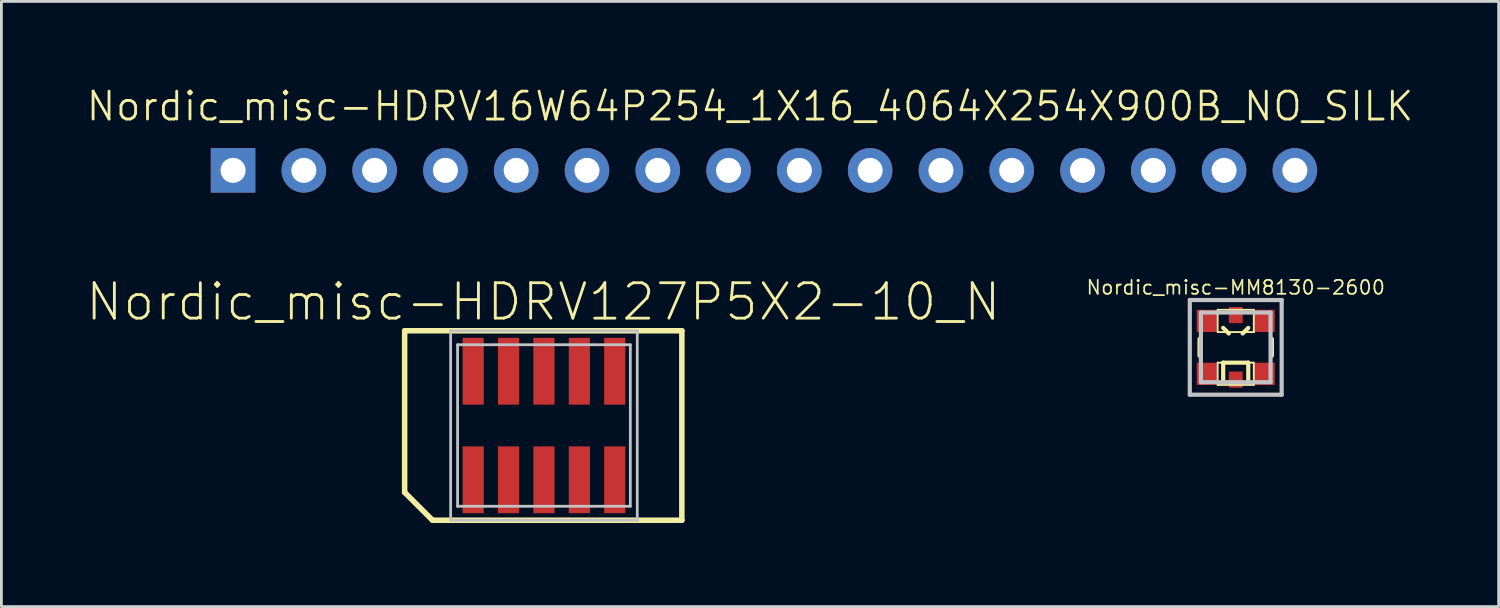
<source format=kicad_pcb>
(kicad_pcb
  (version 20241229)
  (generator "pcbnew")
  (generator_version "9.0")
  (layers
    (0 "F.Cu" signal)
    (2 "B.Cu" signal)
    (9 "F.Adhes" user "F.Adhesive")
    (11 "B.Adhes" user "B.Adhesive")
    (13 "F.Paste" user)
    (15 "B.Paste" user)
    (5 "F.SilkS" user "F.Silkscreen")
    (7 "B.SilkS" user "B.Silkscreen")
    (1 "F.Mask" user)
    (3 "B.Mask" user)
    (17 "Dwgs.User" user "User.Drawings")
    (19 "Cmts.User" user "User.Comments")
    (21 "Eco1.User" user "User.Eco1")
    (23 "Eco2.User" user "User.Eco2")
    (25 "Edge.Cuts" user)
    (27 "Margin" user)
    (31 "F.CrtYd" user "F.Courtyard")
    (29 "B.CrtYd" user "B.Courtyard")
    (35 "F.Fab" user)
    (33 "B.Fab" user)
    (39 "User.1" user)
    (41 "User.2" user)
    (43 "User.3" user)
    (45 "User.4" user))
  (footprint "Nordic_misc-HDRV127P5X2-10_N"
    (layer "F.Cu")
    (at 16.468 12.218)
    (property "Reference" "Nordic_misc-HDRV127P5X2-10_N" (at -0.023 -4.435 0) (layer "F.SilkS") (effects (font (size 1.27 1.27) (thickness 0.102))))
    (attr smd)
    (fp_line (start -4.999 -3.399) (end -4.999 2.398) (stroke (width 0.198) (type solid)) (layer "F.SilkS"))
    (fp_line (start -4.999 -3.399) (end 4.948 -3.399) (stroke (width 0.198) (type solid)) (layer "F.SilkS"))
    (fp_line (start -4.999 2.398) (end -3.998 3.399) (stroke (width 0.198) (type solid)) (layer "F.SilkS"))
    (fp_line (start 4.948 -3.399) (end 4.948 3.399) (stroke (width 0.198) (type solid)) (layer "F.SilkS"))
    (fp_line (start 4.948 3.399) (end -3.998 3.399) (stroke (width 0.198) (type solid)) (layer "F.SilkS"))
    (fp_line (start -3.348 -3.399) (end 3.348 -3.399) (stroke (width 0.099) (type solid)) (layer "Dwgs.User"))
    (fp_line (start -3.348 3.399) (end -3.348 -3.399) (stroke (width 0.099) (type solid)) (layer "Dwgs.User"))
    (fp_line (start -3.099 -2.898) (end 3.099 -2.898) (stroke (width 0.099) (type solid)) (layer "Dwgs.User"))
    (fp_line (start -3.099 2.898) (end -3.099 -2.898) (stroke (width 0.099) (type solid)) (layer "Dwgs.User"))
    (fp_line (start 3.099 -2.898) (end 3.099 2.898) (stroke (width 0.099) (type solid)) (layer "Dwgs.User"))
    (fp_line (start 3.099 2.898) (end -3.099 2.898) (stroke (width 0.099) (type solid)) (layer "Dwgs.User"))
    (fp_line (start 3.348 -3.399) (end 3.348 3.399) (stroke (width 0.099) (type solid)) (layer "Dwgs.User"))
    (fp_line (start 3.348 3.399) (end -3.348 3.399) (stroke (width 0.099) (type solid)) (layer "Dwgs.User"))
    (pad "1" smd rect (at -2.54 1.948) (size 0.759 2.398) (layers "F.Cu" "F.Mask" "F.Paste"))
    (pad "2" smd rect (at -2.54 -1.948) (size 0.759 2.398) (layers "F.Cu" "F.Mask" "F.Paste"))
    (pad "3" smd rect (at -1.27 1.948) (size 0.759 2.398) (layers "F.Cu" "F.Mask" "F.Paste"))
    (pad "4" smd rect (at -1.27 -1.948) (size 0.759 2.398) (layers "F.Cu" "F.Mask" "F.Paste"))
    (pad "5" smd rect (at 0 1.948) (size 0.759 2.398) (layers "F.Cu" "F.Mask" "F.Paste"))
    (pad "6" smd rect (at 0 -1.948) (size 0.759 2.398) (layers "F.Cu" "F.Mask" "F.Paste"))
    (pad "7" smd rect (at 1.27 1.948) (size 0.759 2.398) (layers "F.Cu" "F.Mask" "F.Paste"))
    (pad "8" smd rect (at 1.27 -1.948) (size 0.759 2.398) (layers "F.Cu" "F.Mask" "F.Paste"))
    (pad "9" smd rect (at 2.54 1.948) (size 0.759 2.398) (layers "F.Cu" "F.Mask" "F.Paste"))
    (pad "10" smd rect (at 2.54 -1.948) (size 0.759 2.398) (layers "F.Cu" "F.Mask" "F.Paste")))
  (footprint "Nordic_misc-MM8130-2600"
    (layer "F.Cu")
    (at 41.29 9.414)
    (property "Reference" "Nordic_misc-MM8130-2600" (at 0 -2.15 0) (layer "F.SilkS") (effects (font (size 0.5 0.5) (thickness 0.062))))
    (attr smd)
    (fp_line (start -1.298 0.3) (end -1.298 -0.3) (stroke (width 0.15) (type solid)) (layer "F.SilkS"))
    (fp_line (start -0.648 -1.349) (end 0.648 -1.349) (stroke (width 0.066) (type solid)) (layer "F.SilkS"))
    (fp_line (start -0.648 -0.549) (end -0.648 -1.349) (stroke (width 0.066) (type solid)) (layer "F.SilkS"))
    (fp_line (start -0.648 -0.549) (end 0.648 -0.549) (stroke (width 0.066) (type solid)) (layer "F.SilkS"))
    (fp_line (start -0.648 0.549) (end 0.648 0.549) (stroke (width 0.066) (type solid)) (layer "F.SilkS"))
    (fp_line (start -0.648 1.349) (end -0.648 0.549) (stroke (width 0.066) (type solid)) (layer "F.SilkS"))
    (fp_line (start -0.648 1.349) (end 0.648 1.349) (stroke (width 0.066) (type solid)) (layer "F.SilkS"))
    (fp_line (start -0.45 -0.699) (end -0.249 -0.498) (stroke (width 0.15) (type solid)) (layer "F.SilkS"))
    (fp_line (start -0.45 0.549) (end 0.45 0.549) (stroke (width 0.15) (type solid)) (layer "F.SilkS"))
    (fp_line (start -0.45 1.199) (end -0.45 0.549) (stroke (width 0.15) (type solid)) (layer "F.SilkS"))
    (fp_line (start 0.45 -0.699) (end 0.249 -0.498) (stroke (width 0.15) (type solid)) (layer "F.SilkS"))
    (fp_line (start 0.45 0.549) (end 0.45 1.199) (stroke (width 0.15) (type solid)) (layer "F.SilkS"))
    (fp_line (start 0.648 -0.549) (end 0.648 -1.349) (stroke (width 0.066) (type solid)) (layer "F.SilkS"))
    (fp_line (start 0.648 1.349) (end 0.648 0.549) (stroke (width 0.066) (type solid)) (layer "F.SilkS"))
    (fp_line (start 1.298 0.3) (end 1.298 -0.3) (stroke (width 0.15) (type solid)) (layer "F.SilkS"))
    (fp_line (start -1.648 -1.699) (end -1.648 1.699) (stroke (width 0.15) (type solid)) (layer "Dwgs.User"))
    (fp_line (start -1.648 1.699) (end 1.648 1.699) (stroke (width 0.15) (type solid)) (layer "Dwgs.User"))
    (fp_line (start -1.25 -1.25) (end 1.25 -1.25) (stroke (width 0.15) (type solid)) (layer "Dwgs.User"))
    (fp_line (start -1.25 1.25) (end -1.25 -1.25) (stroke (width 0.15) (type solid)) (layer "Dwgs.User"))
    (fp_line (start 1.25 -1.25) (end 1.25 1.25) (stroke (width 0.15) (type solid)) (layer "Dwgs.User"))
    (fp_line (start 1.25 1.25) (end -1.25 1.25) (stroke (width 0.15) (type solid)) (layer "Dwgs.User"))
    (fp_line (start 1.648 -1.699) (end -1.648 -1.699) (stroke (width 0.15) (type solid)) (layer "Dwgs.User"))
    (fp_line (start 1.648 1.699) (end 1.648 -1.699) (stroke (width 0.15) (type solid)) (layer "Dwgs.User"))
    (pad "0" smd rect (at -1.024 -0.95) (size 0.749 0.798) (layers "F.Cu" "F.Mask" "F.Paste"))
    (pad "0" smd rect (at -1.024 0.95) (size 0.749 0.798) (layers "F.Cu" "F.Mask" "F.Paste"))
    (pad "0" smd rect (at 1.024 -0.95) (size 0.749 0.798) (layers "F.Cu" "F.Mask" "F.Paste"))
    (pad "0" smd rect (at 1.024 0.95) (size 0.749 0.798) (layers "F.Cu" "F.Mask" "F.Paste"))
    (pad "1" smd rect (at 0 -1.158) (size 0.498 0.579) (layers "F.Cu" "F.Mask" "F.Paste"))
    (pad "2" smd rect (at 0 1.158) (size 0.498 0.579) (layers "F.Cu" "F.Mask" "F.Paste")))
  (footprint "Nordic_misc-HDRV16W64P254_1X16_4064X254X900B_NO_SILK"
    (layer "F.Cu")
    (at 24.362 3.063)
    (property "Reference" "Nordic_misc-HDRV16W64P254_1X16_4064X254X900B_NO_SILK" (at -0.5 -2.3 0) (layer "F.SilkS") (effects (font (size 1 1) (thickness 0.102))))
    (attr exclude_from_pos_files exclude_from_bom)
    (pad "1" thru_hole rect (at -19.05 0) (size 1.598 1.598) (drill 0.899) (layers "*.Cu" "*.Paste" "*.Mask"))
    (pad "2" thru_hole circle (at -16.51 0) (size 1.598 1.598) (drill 0.899) (layers "*.Cu" "*.Paste" "*.Mask"))
    (pad "3" thru_hole circle (at -13.97 0) (size 1.598 1.598) (drill 0.899) (layers "*.Cu" "*.Paste" "*.Mask"))
    (pad "4" thru_hole circle (at -11.43 0) (size 1.598 1.598) (drill 0.899) (layers "*.Cu" "*.Paste" "*.Mask"))
    (pad "5" thru_hole circle (at -8.89 0) (size 1.598 1.598) (drill 0.899) (layers "*.Cu" "*.Paste" "*.Mask"))
    (pad "6" thru_hole circle (at -6.35 0) (size 1.598 1.598) (drill 0.899) (layers "*.Cu" "*.Paste" "*.Mask"))
    (pad "7" thru_hole circle (at -3.81 0) (size 1.598 1.598) (drill 0.899) (layers "*.Cu" "*.Paste" "*.Mask"))
    (pad "8" thru_hole circle (at -1.27 0) (size 1.598 1.598) (drill 0.899) (layers "*.Cu" "*.Paste" "*.Mask"))
    (pad "9" thru_hole circle (at 1.27 0) (size 1.598 1.598) (drill 0.899) (layers "*.Cu" "*.Paste" "*.Mask"))
    (pad "10" thru_hole circle (at 3.81 0) (size 1.598 1.598) (drill 0.899) (layers "*.Cu" "*.Paste" "*.Mask"))
    (pad "11" thru_hole circle (at 6.35 0) (size 1.598 1.598) (drill 0.899) (layers "*.Cu" "*.Paste" "*.Mask"))
    (pad "12" thru_hole circle (at 8.89 0) (size 1.598 1.598) (drill 0.899) (layers "*.Cu" "*.Paste" "*.Mask"))
    (pad "13" thru_hole circle (at 11.43 0) (size 1.598 1.598) (drill 0.899) (layers "*.Cu" "*.Paste" "*.Mask"))
    (pad "14" thru_hole circle (at 13.97 0) (size 1.598 1.598) (drill 0.899) (layers "*.Cu" "*.Paste" "*.Mask"))
    (pad "15" thru_hole circle (at 16.51 0) (size 1.598 1.598) (drill 0.899) (layers "*.Cu" "*.Paste" "*.Mask"))
    (pad "16" thru_hole circle (at 19.05 0) (size 1.598 1.598) (drill 0.899) (layers "*.Cu" "*.Paste" "*.Mask")))
  (gr_rect
    (start -3 -3)
    (end 50.724 18.716)
    (stroke (width 0.1) (type default))
    (fill no)
    (layer "Edge.Cuts")))
</source>
